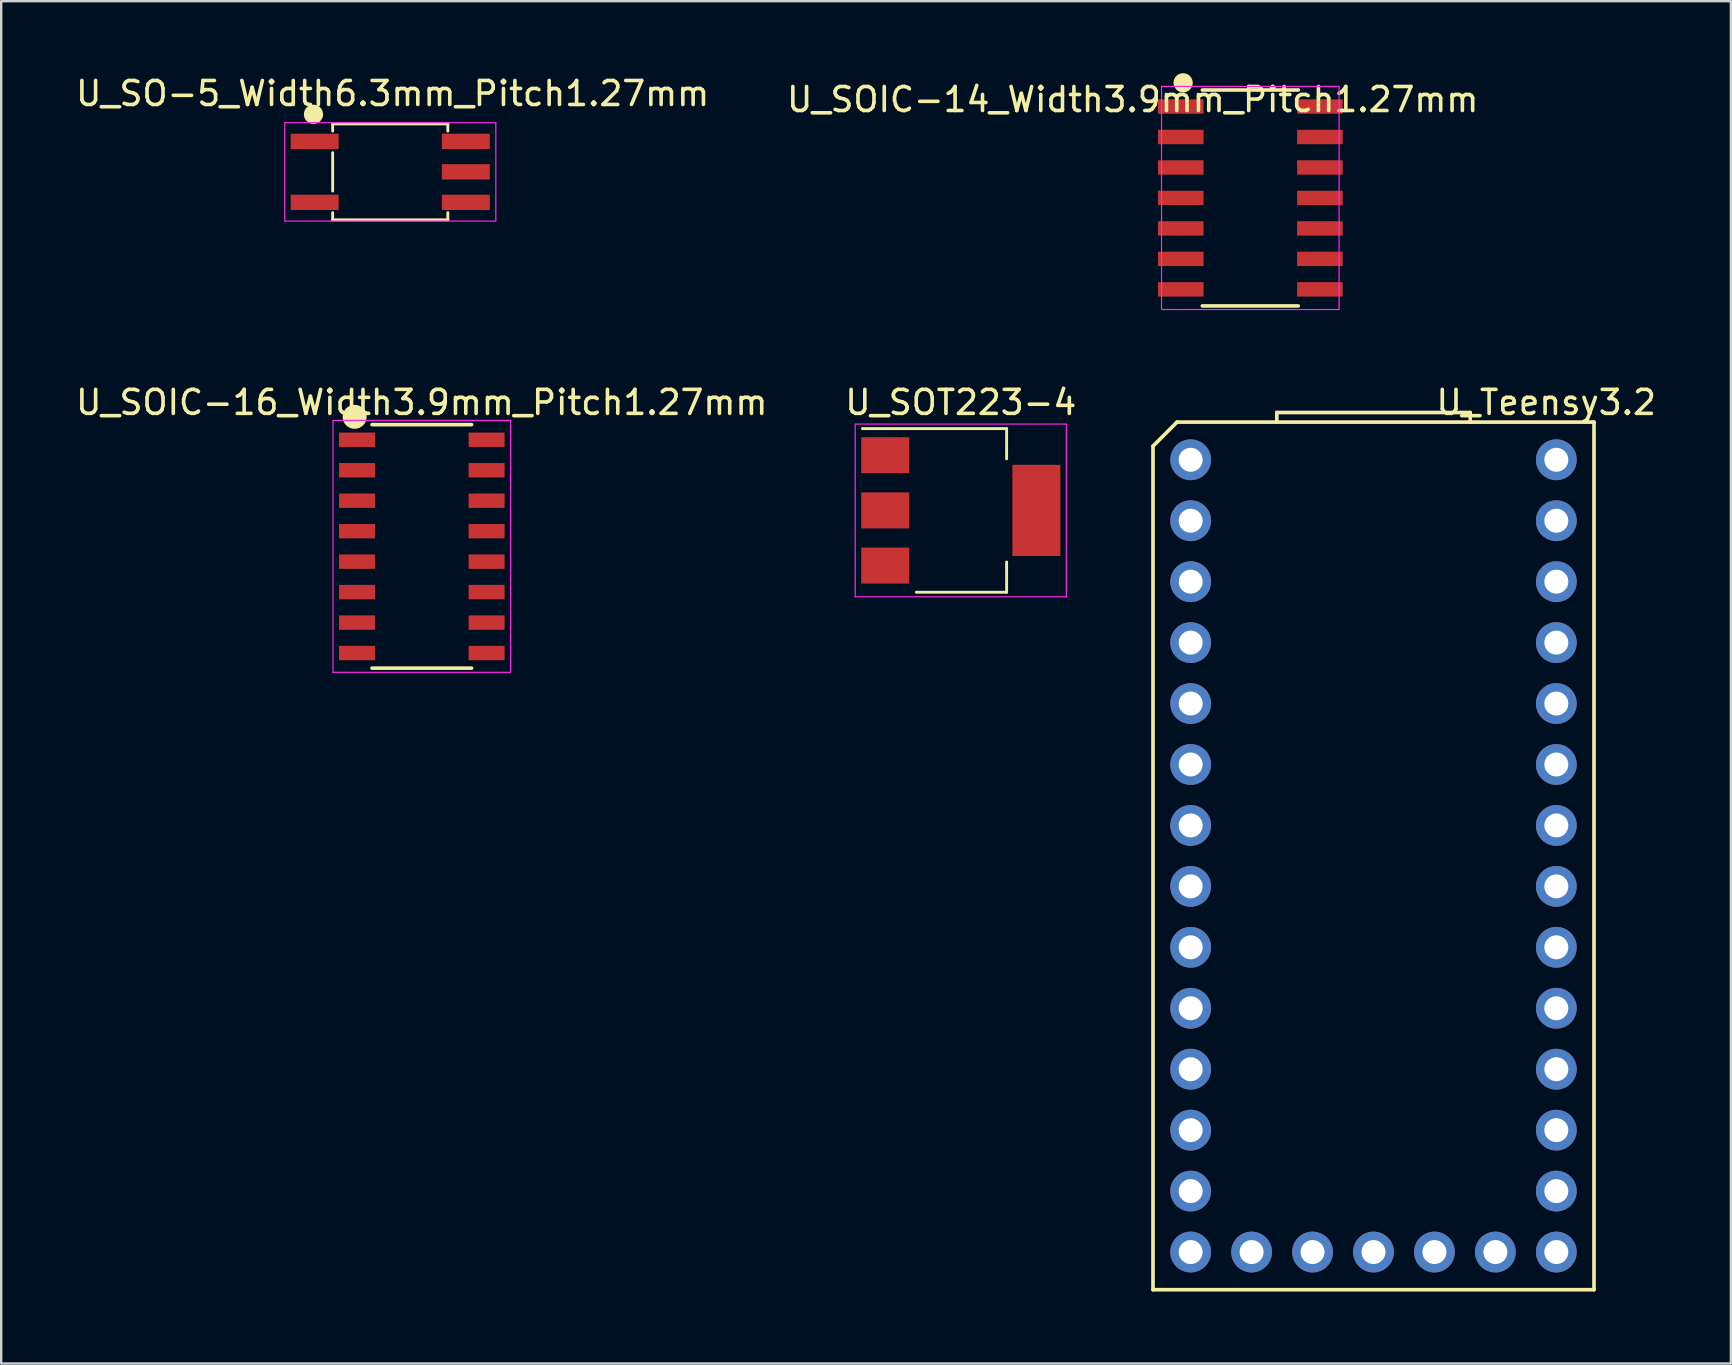
<source format=kicad_pcb>
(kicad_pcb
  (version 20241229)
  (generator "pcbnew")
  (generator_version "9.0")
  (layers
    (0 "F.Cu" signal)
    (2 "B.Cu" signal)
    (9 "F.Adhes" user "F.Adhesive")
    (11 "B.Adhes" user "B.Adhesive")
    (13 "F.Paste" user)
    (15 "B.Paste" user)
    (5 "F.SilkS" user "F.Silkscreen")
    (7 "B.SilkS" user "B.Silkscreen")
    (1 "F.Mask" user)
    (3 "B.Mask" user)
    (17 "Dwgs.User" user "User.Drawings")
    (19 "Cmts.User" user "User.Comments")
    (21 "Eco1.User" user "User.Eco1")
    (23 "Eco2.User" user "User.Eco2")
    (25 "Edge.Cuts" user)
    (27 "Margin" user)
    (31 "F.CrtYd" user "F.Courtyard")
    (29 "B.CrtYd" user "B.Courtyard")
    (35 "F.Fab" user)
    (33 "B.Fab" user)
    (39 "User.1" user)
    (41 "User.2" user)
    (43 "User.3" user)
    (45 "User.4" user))
  (footprint "U_Teensy3.2"
    (layer "F.Cu")
    (at 54.195 32.623)
    (property "Reference" "U_Teensy3.2" (at 7.2 -18.9 0) (layer "F.SilkS") (effects (font (size 1 1) (thickness 0.15))))
    (attr through_hole)
    (fp_line (start -9.19 18.08) (end -9.19 -17.08) (stroke (width 0.152) (type solid)) (layer "F.SilkS"))
    (fp_line (start -8.19 -18.08) (end -9.19 -17.08) (stroke (width 0.152) (type solid)) (layer "F.SilkS"))
    (fp_line (start -8.19 -18.08) (end 9.19 -18.08) (stroke (width 0.152) (type solid)) (layer "F.SilkS"))
    (fp_line (start -4.03 -18.48) (end -4.03 -18.08) (stroke (width 0.152) (type solid)) (layer "F.SilkS"))
    (fp_line (start -4.03 -18.48) (end 4.03 -18.48) (stroke (width 0.152) (type solid)) (layer "F.SilkS"))
    (fp_line (start 4.03 -18.48) (end 4.03 -18.08) (stroke (width 0.152) (type solid)) (layer "F.SilkS"))
    (fp_line (start 9.19 -18.08) (end 9.19 18.08) (stroke (width 0.152) (type solid)) (layer "F.SilkS"))
    (fp_line (start 9.19 18.08) (end -9.19 18.08) (stroke (width 0.152) (type solid)) (layer "F.SilkS"))
    (pad "1" thru_hole circle (at -7.62 -16.51) (size 1.7 1.7) (drill 1) (layers "*.Cu" "*.Mask"))
    (pad "2" thru_hole circle (at -7.62 -13.97) (size 1.7 1.7) (drill 1) (layers "*.Cu" "*.Mask"))
    (pad "3" thru_hole circle (at -7.62 -11.43) (size 1.7 1.7) (drill 1) (layers "*.Cu" "*.Mask"))
    (pad "4" thru_hole circle (at -7.62 -8.89) (size 1.7 1.7) (drill 1) (layers "*.Cu" "*.Mask"))
    (pad "5" thru_hole circle (at -7.62 -6.35) (size 1.7 1.7) (drill 1) (layers "*.Cu" "*.Mask"))
    (pad "6" thru_hole circle (at -7.62 -3.81) (size 1.7 1.7) (drill 1) (layers "*.Cu" "*.Mask"))
    (pad "7" thru_hole circle (at -7.62 -1.27) (size 1.7 1.7) (drill 1) (layers "*.Cu" "*.Mask"))
    (pad "8" thru_hole circle (at -7.62 1.27) (size 1.7 1.7) (drill 1) (layers "*.Cu" "*.Mask"))
    (pad "9" thru_hole circle (at -7.62 3.81) (size 1.7 1.7) (drill 1) (layers "*.Cu" "*.Mask"))
    (pad "10" thru_hole circle (at -7.62 6.35) (size 1.7 1.7) (drill 1) (layers "*.Cu" "*.Mask"))
    (pad "11" thru_hole circle (at -7.62 8.89) (size 1.7 1.7) (drill 1) (layers "*.Cu" "*.Mask"))
    (pad "12" thru_hole circle (at -7.62 11.43) (size 1.7 1.7) (drill 1) (layers "*.Cu" "*.Mask"))
    (pad "13" thru_hole circle (at -7.62 13.97) (size 1.7 1.7) (drill 1) (layers "*.Cu" "*.Mask"))
    (pad "14" thru_hole circle (at -7.62 16.51) (size 1.7 1.7) (drill 1) (layers "*.Cu" "*.Mask"))
    (pad "15" thru_hole circle (at -5.08 16.51) (size 1.7 1.7) (drill 1) (layers "*.Cu" "*.Mask"))
    (pad "16" thru_hole circle (at -2.54 16.51) (size 1.7 1.7) (drill 1) (layers "*.Cu" "*.Mask"))
    (pad "17" thru_hole circle (at 0 16.51) (size 1.7 1.7) (drill 1) (layers "*.Cu" "*.Mask"))
    (pad "18" thru_hole circle (at 2.54 16.51) (size 1.7 1.7) (drill 1) (layers "*.Cu" "*.Mask"))
    (pad "19" thru_hole circle (at 5.08 16.51) (size 1.7 1.7) (drill 1) (layers "*.Cu" "*.Mask"))
    (pad "20" thru_hole circle (at 7.62 16.51) (size 1.7 1.7) (drill 1) (layers "*.Cu" "*.Mask"))
    (pad "21" thru_hole circle (at 7.62 13.97) (size 1.7 1.7) (drill 1) (layers "*.Cu" "*.Mask"))
    (pad "22" thru_hole circle (at 7.62 11.43) (size 1.7 1.7) (drill 1) (layers "*.Cu" "*.Mask"))
    (pad "23" thru_hole circle (at 7.62 8.89) (size 1.7 1.7) (drill 1) (layers "*.Cu" "*.Mask"))
    (pad "24" thru_hole circle (at 7.62 6.35) (size 1.7 1.7) (drill 1) (layers "*.Cu" "*.Mask"))
    (pad "25" thru_hole circle (at 7.62 3.81) (size 1.7 1.7) (drill 1) (layers "*.Cu" "*.Mask"))
    (pad "26" thru_hole circle (at 7.62 1.27) (size 1.7 1.7) (drill 1) (layers "*.Cu" "*.Mask"))
    (pad "27" thru_hole circle (at 7.62 -1.27) (size 1.7 1.7) (drill 1) (layers "*.Cu" "*.Mask"))
    (pad "28" thru_hole circle (at 7.62 -3.81) (size 1.7 1.7) (drill 1) (layers "*.Cu" "*.Mask"))
    (pad "29" thru_hole circle (at 7.62 -6.35) (size 1.7 1.7) (drill 1) (layers "*.Cu" "*.Mask"))
    (pad "30" thru_hole circle (at 7.62 -8.89) (size 1.7 1.7) (drill 1) (layers "*.Cu" "*.Mask"))
    (pad "31" thru_hole circle (at 7.62 -11.43) (size 1.7 1.7) (drill 1) (layers "*.Cu" "*.Mask"))
    (pad "32" thru_hole circle (at 7.62 -13.97) (size 1.7 1.7) (drill 1) (layers "*.Cu" "*.Mask"))
    (pad "33" thru_hole circle (at 7.62 -16.51) (size 1.7 1.7) (drill 1) (layers "*.Cu" "*.Mask")))
  (footprint "U_SOIC-14_Width3.9mm_Pitch1.27mm"
    (layer "F.Cu")
    (at 49.061 5.2)
    (property "Reference" "U_SOIC-14_Width3.9mm_Pitch1.27mm" (at -4.9 -4.1 0) (layer "F.SilkS") (effects (font (size 1 1) (thickness 0.15))))
    (attr smd)
    (fp_line (start -2 -4.5) (end 2 -4.5) (stroke (width 0.15) (type solid)) (layer "F.SilkS"))
    (fp_line (start -2 4.5) (end 2 4.5) (stroke (width 0.15) (type solid)) (layer "F.SilkS"))
    (fp_circle (center -2.8 -4.8) (end -2.8 -4.6) (stroke (width 0.4) (type solid)) (fill no) (layer "F.SilkS"))
    (fp_line (start -3.7 -4.65) (end -3.7 4.65) (stroke (width 0.05) (type solid)) (layer "F.CrtYd"))
    (fp_line (start -3.7 -4.65) (end 3.7 -4.65) (stroke (width 0.05) (type solid)) (layer "F.CrtYd"))
    (fp_line (start -3.7 4.65) (end 3.7 4.65) (stroke (width 0.05) (type solid)) (layer "F.CrtYd"))
    (fp_line (start 3.7 -4.65) (end 3.7 4.65) (stroke (width 0.05) (type solid)) (layer "F.CrtYd"))
    (pad "1" smd rect (at -2.9 -3.81) (size 1.9 0.6) (layers "F.Cu" "F.Mask" "F.Paste"))
    (pad "2" smd rect (at -2.9 -2.54) (size 1.9 0.6) (layers "F.Cu" "F.Mask" "F.Paste"))
    (pad "3" smd rect (at -2.9 -1.27) (size 1.9 0.6) (layers "F.Cu" "F.Mask" "F.Paste"))
    (pad "4" smd rect (at -2.9 0) (size 1.9 0.6) (layers "F.Cu" "F.Mask" "F.Paste"))
    (pad "5" smd rect (at -2.9 1.27) (size 1.9 0.6) (layers "F.Cu" "F.Mask" "F.Paste"))
    (pad "6" smd rect (at -2.9 2.54) (size 1.9 0.6) (layers "F.Cu" "F.Mask" "F.Paste"))
    (pad "7" smd rect (at -2.9 3.81) (size 1.9 0.6) (layers "F.Cu" "F.Mask" "F.Paste"))
    (pad "8" smd rect (at 2.9 3.81) (size 1.9 0.6) (layers "F.Cu" "F.Mask" "F.Paste"))
    (pad "9" smd rect (at 2.9 2.54) (size 1.9 0.6) (layers "F.Cu" "F.Mask" "F.Paste"))
    (pad "10" smd rect (at 2.9 1.27) (size 1.9 0.6) (layers "F.Cu" "F.Mask" "F.Paste"))
    (pad "11" smd rect (at 2.9 0) (size 1.9 0.6) (layers "F.Cu" "F.Mask" "F.Paste"))
    (pad "12" smd rect (at 2.9 -1.27) (size 1.9 0.6) (layers "F.Cu" "F.Mask" "F.Paste"))
    (pad "13" smd rect (at 2.9 -2.54) (size 1.9 0.6) (layers "F.Cu" "F.Mask" "F.Paste"))
    (pad "14" smd rect (at 2.9 -3.81) (size 1.9 0.6) (layers "F.Cu" "F.Mask" "F.Paste")))
  (footprint "U_SOIC-16_Width3.9mm_Pitch1.27mm"
    (layer "F.Cu")
    (at 14.53 19.723)
    (property "Reference" "U_SOIC-16_Width3.9mm_Pitch1.27mm" (at 0 -6 0) (layer "F.SilkS") (effects (font (size 1 1) (thickness 0.15))))
    (attr smd)
    (fp_line (start -2.075 -5.075) (end 2.075 -5.075) (stroke (width 0.15) (type solid)) (layer "F.SilkS"))
    (fp_line (start -2.075 5.075) (end 2.075 5.075) (stroke (width 0.15) (type solid)) (layer "F.SilkS"))
    (fp_circle (center -2.8 -5.4) (end -2.8 -5.2) (stroke (width 0.4) (type solid)) (fill no) (layer "F.SilkS"))
    (fp_circle (center -2.8 -5.4) (end -2.8 -5) (stroke (width 0.2) (type solid)) (fill no) (layer "F.SilkS"))
    (fp_line (start -3.7 -5.25) (end -3.7 5.25) (stroke (width 0.05) (type solid)) (layer "F.CrtYd"))
    (fp_line (start -3.7 -5.25) (end 3.7 -5.25) (stroke (width 0.05) (type solid)) (layer "F.CrtYd"))
    (fp_line (start -3.7 5.25) (end 3.7 5.25) (stroke (width 0.05) (type solid)) (layer "F.CrtYd"))
    (fp_line (start 3.7 -5.25) (end 3.7 5.25) (stroke (width 0.05) (type solid)) (layer "F.CrtYd"))
    (pad "1" smd rect (at -2.7 -4.445) (size 1.5 0.6) (layers "F.Cu" "F.Mask" "F.Paste"))
    (pad "2" smd rect (at -2.7 -3.175) (size 1.5 0.6) (layers "F.Cu" "F.Mask" "F.Paste"))
    (pad "3" smd rect (at -2.7 -1.905) (size 1.5 0.6) (layers "F.Cu" "F.Mask" "F.Paste"))
    (pad "4" smd rect (at -2.7 -0.635) (size 1.5 0.6) (layers "F.Cu" "F.Mask" "F.Paste"))
    (pad "5" smd rect (at -2.7 0.635) (size 1.5 0.6) (layers "F.Cu" "F.Mask" "F.Paste"))
    (pad "6" smd rect (at -2.7 1.905) (size 1.5 0.6) (layers "F.Cu" "F.Mask" "F.Paste"))
    (pad "7" smd rect (at -2.7 3.175) (size 1.5 0.6) (layers "F.Cu" "F.Mask" "F.Paste"))
    (pad "8" smd rect (at -2.7 4.445) (size 1.5 0.6) (layers "F.Cu" "F.Mask" "F.Paste"))
    (pad "9" smd rect (at 2.7 4.445) (size 1.5 0.6) (layers "F.Cu" "F.Mask" "F.Paste"))
    (pad "10" smd rect (at 2.7 3.175) (size 1.5 0.6) (layers "F.Cu" "F.Mask" "F.Paste"))
    (pad "11" smd rect (at 2.7 1.905) (size 1.5 0.6) (layers "F.Cu" "F.Mask" "F.Paste"))
    (pad "12" smd rect (at 2.7 0.635) (size 1.5 0.6) (layers "F.Cu" "F.Mask" "F.Paste"))
    (pad "13" smd rect (at 2.7 -0.635) (size 1.5 0.6) (layers "F.Cu" "F.Mask" "F.Paste"))
    (pad "14" smd rect (at 2.7 -1.905) (size 1.5 0.6) (layers "F.Cu" "F.Mask" "F.Paste"))
    (pad "15" smd rect (at 2.7 -3.175) (size 1.5 0.6) (layers "F.Cu" "F.Mask" "F.Paste"))
    (pad "16" smd rect (at 2.7 -4.445) (size 1.5 0.6) (layers "F.Cu" "F.Mask" "F.Paste")))
  (footprint "U_SOT223-4"
    (layer "F.Cu")
    (at 36.994 18.223)
    (property "Reference" "U_SOT223-4" (at 0 -4.5 0) (layer "F.SilkS") (effects (font (size 1 1) (thickness 0.15))))
    (attr smd)
    (fp_line (start -4.1 -3.41) (end 1.91 -3.41) (stroke (width 0.12) (type solid)) (layer "F.SilkS"))
    (fp_line (start -1.85 3.41) (end 1.91 3.41) (stroke (width 0.12) (type solid)) (layer "F.SilkS"))
    (fp_line (start 1.91 -3.41) (end 1.91 -2.15) (stroke (width 0.12) (type solid)) (layer "F.SilkS"))
    (fp_line (start 1.91 3.41) (end 1.91 2.15) (stroke (width 0.12) (type solid)) (layer "F.SilkS"))
    (fp_line (start -4.4 -3.6) (end -4.4 3.6) (stroke (width 0.05) (type solid)) (layer "F.CrtYd"))
    (fp_line (start -4.4 3.6) (end 4.4 3.6) (stroke (width 0.05) (type solid)) (layer "F.CrtYd"))
    (fp_line (start 4.4 -3.6) (end -4.4 -3.6) (stroke (width 0.05) (type solid)) (layer "F.CrtYd"))
    (fp_line (start 4.4 3.6) (end 4.4 -3.6) (stroke (width 0.05) (type solid)) (layer "F.CrtYd"))
    (pad "1" smd rect (at -3.15 -2.3) (size 2 1.5) (layers "F.Cu" "F.Mask" "F.Paste"))
    (pad "2" smd rect (at -3.15 0) (size 2 1.5) (layers "F.Cu" "F.Mask" "F.Paste"))
    (pad "3" smd rect (at -3.15 2.3) (size 2 1.5) (layers "F.Cu" "F.Mask" "F.Paste"))
    (pad "4" smd rect (at 3.15 0) (size 2 3.8) (layers "F.Cu" "F.Mask" "F.Paste")))
  (footprint "U_SO-5_Width6.3mm_Pitch1.27mm"
    (layer "F.Cu")
    (at 13.215 4.113)
    (property "Reference" "U_SO-5_Width6.3mm_Pitch1.27mm" (at 0.1 -3.265 0) (layer "F.SilkS") (effects (font (size 1 1) (thickness 0.15))))
    (attr smd)
    (fp_line (start -2.4 -2) (end 2.4 -2) (stroke (width 0.12) (type solid)) (layer "F.SilkS"))
    (fp_line (start -2.4 -1.7) (end -2.4 -2) (stroke (width 0.12) (type solid)) (layer "F.SilkS"))
    (fp_line (start -2.4 0.8) (end -2.4 -0.8) (stroke (width 0.12) (type solid)) (layer "F.SilkS"))
    (fp_line (start -2.4 2) (end -2.4 1.7) (stroke (width 0.12) (type solid)) (layer "F.SilkS"))
    (fp_line (start 2.4 -2) (end 2.4 -1.7) (stroke (width 0.12) (type solid)) (layer "F.SilkS"))
    (fp_line (start 2.4 1.7) (end 2.4 2) (stroke (width 0.12) (type solid)) (layer "F.SilkS"))
    (fp_line (start 2.4 2) (end -2.4 2) (stroke (width 0.12) (type solid)) (layer "F.SilkS"))
    (fp_circle (center -3.2 -2.4) (end -3.2 -2.2) (stroke (width 0.4) (type solid)) (fill no) (layer "F.SilkS"))
    (fp_line (start -4.4 -2.05) (end -4.4 2.05) (stroke (width 0.05) (type solid)) (layer "F.CrtYd"))
    (fp_line (start -4.4 -2.05) (end 4.4 -2.05) (stroke (width 0.05) (type solid)) (layer "F.CrtYd"))
    (fp_line (start 4.4 2.05) (end -4.4 2.05) (stroke (width 0.05) (type solid)) (layer "F.CrtYd"))
    (fp_line (start 4.4 2.05) (end 4.4 -2.05) (stroke (width 0.05) (type solid)) (layer "F.CrtYd"))
    (pad "1" smd rect (at -3.15 -1.27) (size 2 0.64) (layers "F.Cu" "F.Mask" "F.Paste"))
    (pad "3" smd rect (at -3.15 1.27) (size 2 0.64) (layers "F.Cu" "F.Mask" "F.Paste"))
    (pad "4" smd rect (at 3.15 1.27) (size 2 0.64) (layers "F.Cu" "F.Mask" "F.Paste"))
    (pad "5" smd rect (at 3.15 0) (size 2 0.64) (layers "F.Cu" "F.Mask" "F.Paste"))
    (pad "6" smd rect (at 3.15 -1.27) (size 2 0.64) (layers "F.Cu" "F.Mask" "F.Paste")))
  (gr_rect
    (start -3 -3)
    (end 69.091 53.779)
    (stroke (width 0.1) (type default))
    (fill no)
    (layer "Edge.Cuts")))
</source>
